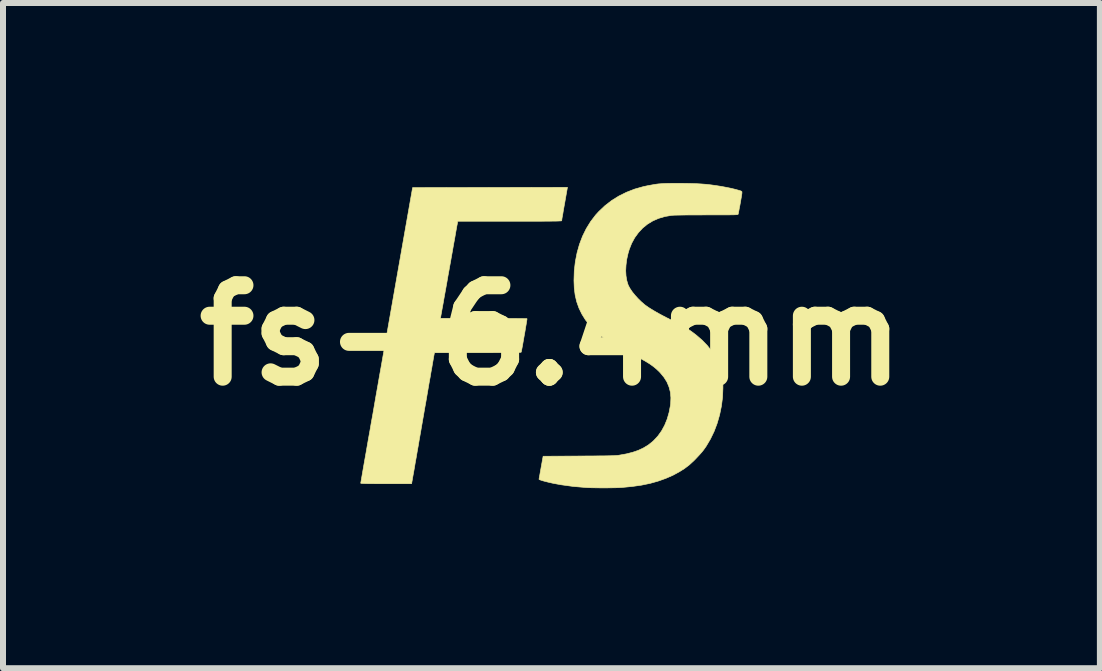
<source format=kicad_pcb>
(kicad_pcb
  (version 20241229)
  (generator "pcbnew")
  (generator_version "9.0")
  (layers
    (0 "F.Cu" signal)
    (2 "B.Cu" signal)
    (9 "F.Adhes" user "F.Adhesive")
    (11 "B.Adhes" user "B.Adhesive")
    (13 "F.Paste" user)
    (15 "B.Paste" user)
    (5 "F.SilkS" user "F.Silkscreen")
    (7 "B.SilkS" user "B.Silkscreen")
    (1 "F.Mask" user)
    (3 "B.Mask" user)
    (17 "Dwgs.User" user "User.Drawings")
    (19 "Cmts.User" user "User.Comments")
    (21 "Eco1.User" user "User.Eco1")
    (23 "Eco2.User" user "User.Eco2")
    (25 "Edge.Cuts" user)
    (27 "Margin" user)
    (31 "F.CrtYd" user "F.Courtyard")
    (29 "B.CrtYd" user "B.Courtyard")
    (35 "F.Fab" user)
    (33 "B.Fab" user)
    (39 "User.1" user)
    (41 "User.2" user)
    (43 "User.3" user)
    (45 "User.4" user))
  (footprint "fs-6.4mm"
    (layer "F.Cu")
    (at 6.14 2.538)
    (property "Reference" "fs-6.4mm" (at 0 0 0) (layer "F.SilkS") (effects (font (size 1.524 1.524) (thickness 0.3))))
    (attr through_hole)
    (fp_poly (pts (xy 0.218 -2.192) (xy 0.207 -2.131) (xy 0.197 -2.075) (xy 0.189 -2.024) (xy 0.181 -1.981) (xy 0.175 -1.947) (xy 0.172 -1.923) (xy 0.17 -1.91) (xy 0.17 -1.909) (xy 0.167 -1.908) (xy 0.159 -1.907) (xy 0.145 -1.906) (xy 0.123 -1.905) (xy 0.095 -1.904) (xy 0.058 -1.903) (xy 0.013 -1.903) (xy -0.042 -1.902) (xy -0.106 -1.902) (xy -0.181 -1.901) (xy -0.267 -1.901) (xy -0.366 -1.901) (xy -0.476 -1.901) (xy -0.6 -1.901) (xy -0.696 -1.901) (xy -1.561 -1.901) (xy -1.565 -1.885) (xy -1.566 -1.876) (xy -1.57 -1.854) (xy -1.577 -1.82) (xy -1.585 -1.774) (xy -1.595 -1.719) (xy -1.606 -1.654) (xy -1.619 -1.581) (xy -1.634 -1.5) (xy -1.649 -1.412) (xy -1.666 -1.318) (xy -1.683 -1.22) (xy -1.702 -1.118) (xy -1.706 -1.092) (xy -1.725 -0.989) (xy -1.742 -0.889) (xy -1.759 -0.794) (xy -1.775 -0.705) (xy -1.79 -0.622) (xy -1.803 -0.547) (xy -1.815 -0.48) (xy -1.826 -0.422) (xy -1.834 -0.374) (xy -1.841 -0.337) (xy -1.845 -0.312) (xy -1.848 -0.299) (xy -1.848 -0.299) (xy -1.851 -0.283) (xy -1.131 -0.283) (xy -1.031 -0.283) (xy -0.936 -0.282) (xy -0.845 -0.282) (xy -0.76 -0.282) (xy -0.682 -0.281) (xy -0.612 -0.281) (xy -0.551 -0.28) (xy -0.499 -0.28) (xy -0.458 -0.279) (xy -0.429 -0.279) (xy -0.412 -0.278) (xy -0.408 -0.277) (xy -0.408 -0.27) (xy -0.411 -0.25) (xy -0.416 -0.22) (xy -0.422 -0.181) (xy -0.43 -0.136) (xy -0.438 -0.086) (xy -0.447 -0.033) (xy -0.457 0.021) (xy -0.466 0.074) (xy -0.475 0.125) (xy -0.483 0.172) (xy -0.491 0.213) (xy -0.497 0.245) (xy -0.502 0.268) (xy -0.504 0.279) (xy -0.504 0.279) (xy -0.506 0.281) (xy -0.512 0.283) (xy -0.521 0.284) (xy -0.536 0.285) (xy -0.556 0.286) (xy -0.583 0.287) (xy -0.616 0.288) (xy -0.658 0.288) (xy -0.709 0.289) (xy -0.769 0.289) (xy -0.839 0.289) (xy -0.921 0.289) (xy -1.014 0.29) (xy -1.12 0.29) (xy -1.229 0.29) (xy -1.95 0.29) (xy -1.953 0.306) (xy -1.955 0.314) (xy -1.959 0.336) (xy -1.965 0.37) (xy -1.973 0.416) (xy -1.983 0.473) (xy -1.994 0.539) (xy -2.008 0.615) (xy -2.022 0.7) (xy -2.039 0.792) (xy -2.056 0.892) (xy -2.074 0.997) (xy -2.093 1.108) (xy -2.114 1.224) (xy -2.134 1.343) (xy -2.141 1.381) (xy -2.162 1.502) (xy -2.182 1.619) (xy -2.202 1.731) (xy -2.22 1.839) (xy -2.238 1.94) (xy -2.254 2.035) (xy -2.27 2.122) (xy -2.283 2.2) (xy -2.295 2.27) (xy -2.306 2.33) (xy -2.315 2.379) (xy -2.321 2.417) (xy -2.326 2.443) (xy -2.328 2.456) (xy -2.328 2.457) (xy -2.332 2.473) (xy -2.756 2.473) (xy -2.847 2.473) (xy -2.925 2.473) (xy -2.991 2.472) (xy -3.045 2.472) (xy -3.089 2.471) (xy -3.123 2.47) (xy -3.148 2.469) (xy -3.165 2.468) (xy -3.175 2.466) (xy -3.179 2.464) (xy -3.179 2.464) (xy -3.178 2.457) (xy -3.174 2.436) (xy -3.168 2.402) (xy -3.16 2.355) (xy -3.15 2.297) (xy -3.138 2.227) (xy -3.124 2.147) (xy -3.108 2.056) (xy -3.09 1.955) (xy -3.071 1.845) (xy -3.05 1.725) (xy -3.027 1.597) (xy -3.004 1.462) (xy -2.978 1.319) (xy -2.952 1.169) (xy -2.925 1.012) (xy -2.896 0.849) (xy -2.867 0.682) (xy -2.836 0.509) (xy -2.805 0.331) (xy -2.773 0.15) (xy -2.746 -0.004) (xy -2.314 -2.462) (xy -1.024 -2.464) (xy 0.266 -2.466) (xy 0.218 -2.192)) (stroke (width 0.01) (type solid)) (fill yes) (layer "F.SilkS"))
    (fp_poly (pts (xy 2.123 -2.533) (xy 2.233 -2.532) (xy 2.331 -2.53) (xy 2.42 -2.527) (xy 2.503 -2.522) (xy 2.582 -2.516) (xy 2.659 -2.507) (xy 2.738 -2.496) (xy 2.821 -2.483) (xy 2.876 -2.473) (xy 2.923 -2.464) (xy 2.973 -2.454) (xy 3.021 -2.443) (xy 3.066 -2.432) (xy 3.106 -2.421) (xy 3.138 -2.412) (xy 3.16 -2.404) (xy 3.169 -2.399) (xy 3.172 -2.396) (xy 3.174 -2.389) (xy 3.174 -2.379) (xy 3.173 -2.362) (xy 3.169 -2.337) (xy 3.164 -2.304) (xy 3.156 -2.259) (xy 3.148 -2.211) (xy 3.139 -2.162) (xy 3.13 -2.117) (xy 3.123 -2.078) (xy 3.117 -2.047) (xy 3.113 -2.027) (xy 3.111 -2.019) (xy 3.11 -2.017) (xy 3.107 -2.015) (xy 3.101 -2.013) (xy 3.092 -2.011) (xy 3.077 -2.01) (xy 3.057 -2.009) (xy 3.031 -2.008) (xy 2.997 -2.008) (xy 2.954 -2.007) (xy 2.903 -2.007) (xy 2.84 -2.007) (xy 2.767 -2.007) (xy 2.681 -2.007) (xy 2.589 -2.007) (xy 2.482 -2.006) (xy 2.384 -2.006) (xy 2.295 -2.006) (xy 2.217 -2.005) (xy 2.149 -2.004) (xy 2.092 -2.003) (xy 2.048 -2.002) (xy 2.016 -2) (xy 2.002 -1.999) (xy 1.89 -1.98) (xy 1.785 -1.949) (xy 1.689 -1.907) (xy 1.6 -1.853) (xy 1.52 -1.788) (xy 1.45 -1.713) (xy 1.388 -1.628) (xy 1.336 -1.533) (xy 1.295 -1.429) (xy 1.276 -1.364) (xy 1.254 -1.265) (xy 1.242 -1.17) (xy 1.237 -1.078) (xy 1.242 -0.992) (xy 1.255 -0.913) (xy 1.276 -0.844) (xy 1.285 -0.823) (xy 1.312 -0.775) (xy 1.348 -0.722) (xy 1.393 -0.667) (xy 1.443 -0.612) (xy 1.496 -0.56) (xy 1.551 -0.512) (xy 1.576 -0.494) (xy 1.612 -0.468) (xy 1.66 -0.438) (xy 1.716 -0.404) (xy 1.779 -0.368) (xy 1.847 -0.331) (xy 1.918 -0.294) (xy 1.99 -0.258) (xy 1.992 -0.257) (xy 2.069 -0.218) (xy 2.135 -0.184) (xy 2.192 -0.153) (xy 2.243 -0.124) (xy 2.289 -0.094) (xy 2.333 -0.064) (xy 2.377 -0.031) (xy 2.416 -0.001) (xy 2.513 0.083) (xy 2.597 0.17) (xy 2.668 0.261) (xy 2.729 0.357) (xy 2.779 0.461) (xy 2.808 0.537) (xy 2.825 0.588) (xy 2.837 0.634) (xy 2.846 0.68) (xy 2.852 0.728) (xy 2.856 0.782) (xy 2.857 0.846) (xy 2.857 0.88) (xy 2.851 1.03) (xy 2.832 1.179) (xy 2.802 1.325) (xy 2.761 1.467) (xy 2.71 1.602) (xy 2.648 1.73) (xy 2.577 1.85) (xy 2.536 1.908) (xy 2.506 1.946) (xy 2.467 1.99) (xy 2.424 2.036) (xy 2.38 2.082) (xy 2.336 2.123) (xy 2.298 2.158) (xy 2.293 2.162) (xy 2.214 2.222) (xy 2.129 2.275) (xy 2.035 2.326) (xy 2.024 2.332) (xy 1.905 2.384) (xy 1.779 2.429) (xy 1.644 2.467) (xy 1.499 2.497) (xy 1.344 2.519) (xy 1.178 2.535) (xy 1.166 2.536) (xy 1.124 2.538) (xy 1.07 2.54) (xy 1.008 2.541) (xy 0.941 2.542) (xy 0.87 2.542) (xy 0.799 2.542) (xy 0.73 2.541) (xy 0.667 2.54) (xy 0.611 2.538) (xy 0.572 2.536) (xy 0.361 2.518) (xy 0.158 2.49) (xy 0.028 2.466) (xy -0.021 2.455) (xy -0.068 2.444) (xy -0.111 2.433) (xy -0.148 2.423) (xy -0.178 2.413) (xy -0.199 2.405) (xy -0.207 2.399) (xy -0.208 2.398) (xy -0.206 2.39) (xy -0.203 2.369) (xy -0.197 2.339) (xy -0.19 2.3) (xy -0.182 2.254) (xy -0.173 2.204) (xy -0.173 2.203) (xy -0.139 2.015) (xy 0.455 2.012) (xy 0.563 2.011) (xy 0.659 2.011) (xy 0.742 2.01) (xy 0.814 2.009) (xy 0.875 2.009) (xy 0.928 2.008) (xy 0.973 2.007) (xy 1.01 2.006) (xy 1.041 2.005) (xy 1.068 2.003) (xy 1.09 2.002) (xy 1.109 2) (xy 1.125 1.998) (xy 1.13 1.997) (xy 1.247 1.976) (xy 1.353 1.949) (xy 1.447 1.917) (xy 1.532 1.877) (xy 1.61 1.83) (xy 1.68 1.775) (xy 1.704 1.753) (xy 1.773 1.679) (xy 1.834 1.594) (xy 1.886 1.499) (xy 1.928 1.396) (xy 1.96 1.285) (xy 1.982 1.169) (xy 1.986 1.138) (xy 1.99 1.041) (xy 1.982 0.949) (xy 1.959 0.861) (xy 1.924 0.777) (xy 1.874 0.698) (xy 1.812 0.623) (xy 1.78 0.591) (xy 1.748 0.561) (xy 1.716 0.534) (xy 1.682 0.508) (xy 1.646 0.482) (xy 1.605 0.456) (xy 1.557 0.427) (xy 1.501 0.396) (xy 1.436 0.361) (xy 1.38 0.331) (xy 1.273 0.275) (xy 1.179 0.224) (xy 1.095 0.178) (xy 1.021 0.136) (xy 0.956 0.098) (xy 0.899 0.061) (xy 0.848 0.027) (xy 0.803 -0.006) (xy 0.763 -0.038) (xy 0.727 -0.07) (xy 0.693 -0.103) (xy 0.662 -0.138) (xy 0.64 -0.163) (xy 0.566 -0.258) (xy 0.506 -0.355) (xy 0.458 -0.454) (xy 0.421 -0.558) (xy 0.395 -0.668) (xy 0.38 -0.785) (xy 0.375 -0.911) (xy 0.375 -0.915) (xy 0.38 -1.075) (xy 0.398 -1.229) (xy 0.427 -1.377) (xy 0.467 -1.518) (xy 0.518 -1.652) (xy 0.58 -1.778) (xy 0.652 -1.895) (xy 0.735 -2.004) (xy 0.787 -2.061) (xy 0.89 -2.159) (xy 1.001 -2.245) (xy 1.121 -2.32) (xy 1.25 -2.384) (xy 1.386 -2.437) (xy 1.531 -2.478) (xy 1.606 -2.494) (xy 1.656 -2.503) (xy 1.7 -2.511) (xy 1.741 -2.518) (xy 1.78 -2.523) (xy 1.82 -2.526) (xy 1.862 -2.529) (xy 1.91 -2.531) (xy 1.965 -2.532) (xy 2.028 -2.533) (xy 2.104 -2.533) (xy 2.123 -2.533)) (stroke (width 0.01) (type solid)) (fill yes) (layer "F.SilkS")))
  (gr_rect
    (start -3 -3)
    (end 15.279 8.085)
    (stroke (width 0.1) (type default))
    (fill no)
    (layer "Edge.Cuts")))
</source>
